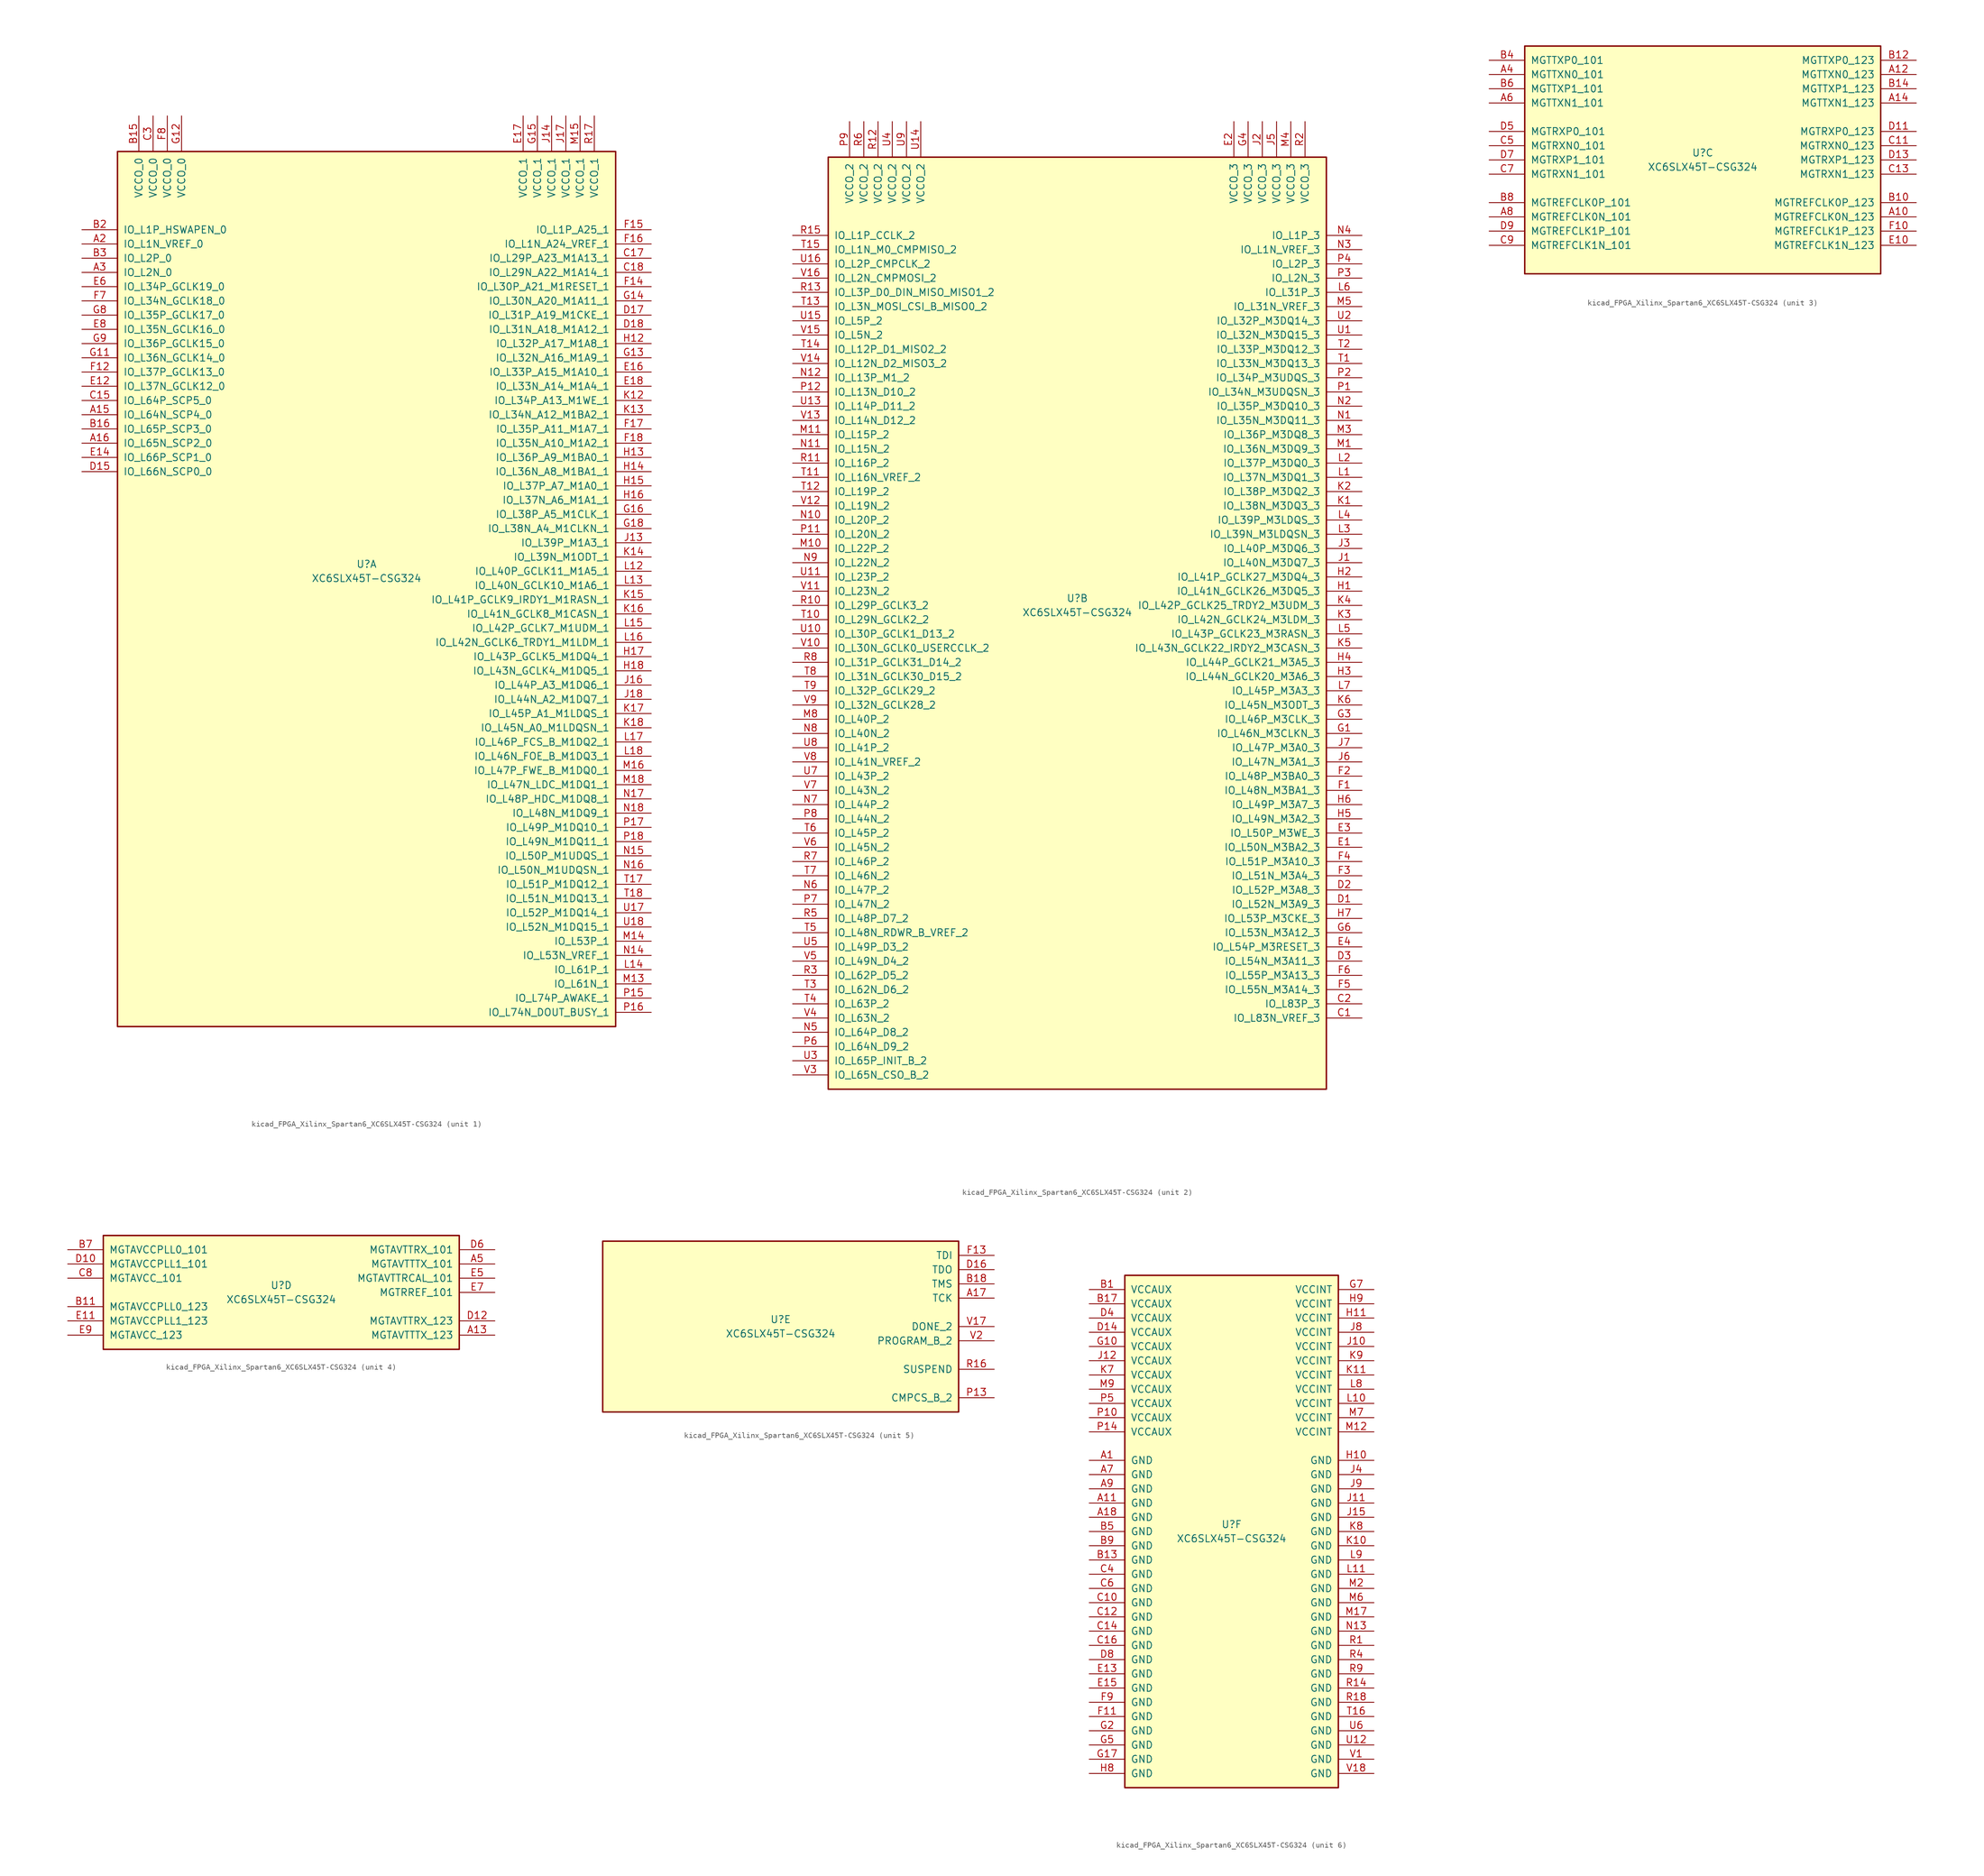
<source format=kicad_sym>
(kicad_symbol_lib
  (version 20220914)
  (generator kicad_symbol_editor)
  (symbol "kicad_FPGA_Xilinx_Spartan6_XC6SLX45T-CSG324"
    (pin_names
      (offset 1.016))
    (property "Reference" "U"
      (at 0 1.27 0)
      (effects (font (size 1.27 1.27))))
    (property "Value" "XC6SLX45T-CSG324"
      (at 0 -1.27 0)
      (effects (font (size 1.27 1.27))))
    (property "Datasheet" ""
      (at 0 0 0)
      (effects (font (size 1.27 1.27))))
    (property "ki_locked" ""
      (at 0 0 0)
      (effects (font (size 1.27 1.27))))
    (symbol "kicad_FPGA_Xilinx_Spartan6_XC6SLX45T-CSG324_1_1"
      (rectangle (start -44.45 74.93) (end 44.45 -81.28) (stroke (width 0.254) (type default)) (fill (type background)))
      (pin bidirectional line (at -50.8 27.94 0) (length 6.35) (name "IO_L64N_SCP4_0" (effects (font (size 1.27 1.27)))) (number "A15" (effects (font (size 1.27 1.27)))))
      (pin bidirectional line (at -50.8 22.86 0) (length 6.35) (name "IO_L65N_SCP2_0" (effects (font (size 1.27 1.27)))) (number "A16" (effects (font (size 1.27 1.27)))))
      (pin bidirectional line (at -50.8 58.42 0) (length 6.35) (name "IO_L1N_VREF_0" (effects (font (size 1.27 1.27)))) (number "A2" (effects (font (size 1.27 1.27)))))
      (pin bidirectional line (at -50.8 53.34 0) (length 6.35) (name "IO_L2N_0" (effects (font (size 1.27 1.27)))) (number "A3" (effects (font (size 1.27 1.27)))))
      (pin power_in line (at -40.64 81.28 270) (length 6.35) (name "VCCO_0" (effects (font (size 1.27 1.27)))) (number "B15" (effects (font (size 1.27 1.27)))))
      (pin bidirectional line (at -50.8 25.4 0) (length 6.35) (name "IO_L65P_SCP3_0" (effects (font (size 1.27 1.27)))) (number "B16" (effects (font (size 1.27 1.27)))))
      (pin bidirectional line (at -50.8 60.96 0) (length 6.35) (name "IO_L1P_HSWAPEN_0" (effects (font (size 1.27 1.27)))) (number "B2" (effects (font (size 1.27 1.27)))))
      (pin bidirectional line (at -50.8 55.88 0) (length 6.35) (name "IO_L2P_0" (effects (font (size 1.27 1.27)))) (number "B3" (effects (font (size 1.27 1.27)))))
      (pin bidirectional line (at -50.8 30.48 0) (length 6.35) (name "IO_L64P_SCP5_0" (effects (font (size 1.27 1.27)))) (number "C15" (effects (font (size 1.27 1.27)))))
      (pin bidirectional line (at 50.8 55.88 180) (length 6.35) (name "IO_L29P_A23_M1A13_1" (effects (font (size 1.27 1.27)))) (number "C17" (effects (font (size 1.27 1.27)))))
      (pin bidirectional line (at 50.8 53.34 180) (length 6.35) (name "IO_L29N_A22_M1A14_1" (effects (font (size 1.27 1.27)))) (number "C18" (effects (font (size 1.27 1.27)))))
      (pin power_in line (at -38.1 81.28 270) (length 6.35) (name "VCCO_0" (effects (font (size 1.27 1.27)))) (number "C3" (effects (font (size 1.27 1.27)))))
      (pin bidirectional line (at -50.8 17.78 0) (length 6.35) (name "IO_L66N_SCP0_0" (effects (font (size 1.27 1.27)))) (number "D15" (effects (font (size 1.27 1.27)))))
      (pin bidirectional line (at 50.8 45.72 180) (length 6.35) (name "IO_L31P_A19_M1CKE_1" (effects (font (size 1.27 1.27)))) (number "D17" (effects (font (size 1.27 1.27)))))
      (pin bidirectional line (at 50.8 43.18 180) (length 6.35) (name "IO_L31N_A18_M1A12_1" (effects (font (size 1.27 1.27)))) (number "D18" (effects (font (size 1.27 1.27)))))
      (pin bidirectional line (at -50.8 33.02 0) (length 6.35) (name "IO_L37N_GCLK12_0" (effects (font (size 1.27 1.27)))) (number "E12" (effects (font (size 1.27 1.27)))))
      (pin bidirectional line (at -50.8 20.32 0) (length 6.35) (name "IO_L66P_SCP1_0" (effects (font (size 1.27 1.27)))) (number "E14" (effects (font (size 1.27 1.27)))))
      (pin bidirectional line (at 50.8 35.56 180) (length 6.35) (name "IO_L33P_A15_M1A10_1" (effects (font (size 1.27 1.27)))) (number "E16" (effects (font (size 1.27 1.27)))))
      (pin power_in line (at 27.94 81.28 270) (length 6.35) (name "VCCO_1" (effects (font (size 1.27 1.27)))) (number "E17" (effects (font (size 1.27 1.27)))))
      (pin bidirectional line (at 50.8 33.02 180) (length 6.35) (name "IO_L33N_A14_M1A4_1" (effects (font (size 1.27 1.27)))) (number "E18" (effects (font (size 1.27 1.27)))))
      (pin bidirectional line (at -50.8 50.8 0) (length 6.35) (name "IO_L34P_GCLK19_0" (effects (font (size 1.27 1.27)))) (number "E6" (effects (font (size 1.27 1.27)))))
      (pin bidirectional line (at -50.8 43.18 0) (length 6.35) (name "IO_L35N_GCLK16_0" (effects (font (size 1.27 1.27)))) (number "E8" (effects (font (size 1.27 1.27)))))
      (pin bidirectional line (at -50.8 35.56 0) (length 6.35) (name "IO_L37P_GCLK13_0" (effects (font (size 1.27 1.27)))) (number "F12" (effects (font (size 1.27 1.27)))))
      (pin bidirectional line (at 50.8 50.8 180) (length 6.35) (name "IO_L30P_A21_M1RESET_1" (effects (font (size 1.27 1.27)))) (number "F14" (effects (font (size 1.27 1.27)))))
      (pin bidirectional line (at 50.8 60.96 180) (length 6.35) (name "IO_L1P_A25_1" (effects (font (size 1.27 1.27)))) (number "F15" (effects (font (size 1.27 1.27)))))
      (pin bidirectional line (at 50.8 58.42 180) (length 6.35) (name "IO_L1N_A24_VREF_1" (effects (font (size 1.27 1.27)))) (number "F16" (effects (font (size 1.27 1.27)))))
      (pin bidirectional line (at 50.8 25.4 180) (length 6.35) (name "IO_L35P_A11_M1A7_1" (effects (font (size 1.27 1.27)))) (number "F17" (effects (font (size 1.27 1.27)))))
      (pin bidirectional line (at 50.8 22.86 180) (length 6.35) (name "IO_L35N_A10_M1A2_1" (effects (font (size 1.27 1.27)))) (number "F18" (effects (font (size 1.27 1.27)))))
      (pin bidirectional line (at -50.8 48.26 0) (length 6.35) (name "IO_L34N_GCLK18_0" (effects (font (size 1.27 1.27)))) (number "F7" (effects (font (size 1.27 1.27)))))
      (pin power_in line (at -35.56 81.28 270) (length 6.35) (name "VCCO_0" (effects (font (size 1.27 1.27)))) (number "F8" (effects (font (size 1.27 1.27)))))
      (pin bidirectional line (at -50.8 38.1 0) (length 6.35) (name "IO_L36N_GCLK14_0" (effects (font (size 1.27 1.27)))) (number "G11" (effects (font (size 1.27 1.27)))))
      (pin power_in line (at -33.02 81.28 270) (length 6.35) (name "VCCO_0" (effects (font (size 1.27 1.27)))) (number "G12" (effects (font (size 1.27 1.27)))))
      (pin bidirectional line (at 50.8 38.1 180) (length 6.35) (name "IO_L32N_A16_M1A9_1" (effects (font (size 1.27 1.27)))) (number "G13" (effects (font (size 1.27 1.27)))))
      (pin bidirectional line (at 50.8 48.26 180) (length 6.35) (name "IO_L30N_A20_M1A11_1" (effects (font (size 1.27 1.27)))) (number "G14" (effects (font (size 1.27 1.27)))))
      (pin power_in line (at 30.48 81.28 270) (length 6.35) (name "VCCO_1" (effects (font (size 1.27 1.27)))) (number "G15" (effects (font (size 1.27 1.27)))))
      (pin bidirectional line (at 50.8 10.16 180) (length 6.35) (name "IO_L38P_A5_M1CLK_1" (effects (font (size 1.27 1.27)))) (number "G16" (effects (font (size 1.27 1.27)))))
      (pin bidirectional line (at 50.8 7.62 180) (length 6.35) (name "IO_L38N_A4_M1CLKN_1" (effects (font (size 1.27 1.27)))) (number "G18" (effects (font (size 1.27 1.27)))))
      (pin bidirectional line (at -50.8 45.72 0) (length 6.35) (name "IO_L35P_GCLK17_0" (effects (font (size 1.27 1.27)))) (number "G8" (effects (font (size 1.27 1.27)))))
      (pin bidirectional line (at -50.8 40.64 0) (length 6.35) (name "IO_L36P_GCLK15_0" (effects (font (size 1.27 1.27)))) (number "G9" (effects (font (size 1.27 1.27)))))
      (pin bidirectional line (at 50.8 40.64 180) (length 6.35) (name "IO_L32P_A17_M1A8_1" (effects (font (size 1.27 1.27)))) (number "H12" (effects (font (size 1.27 1.27)))))
      (pin bidirectional line (at 50.8 20.32 180) (length 6.35) (name "IO_L36P_A9_M1BA0_1" (effects (font (size 1.27 1.27)))) (number "H13" (effects (font (size 1.27 1.27)))))
      (pin bidirectional line (at 50.8 17.78 180) (length 6.35) (name "IO_L36N_A8_M1BA1_1" (effects (font (size 1.27 1.27)))) (number "H14" (effects (font (size 1.27 1.27)))))
      (pin bidirectional line (at 50.8 15.24 180) (length 6.35) (name "IO_L37P_A7_M1A0_1" (effects (font (size 1.27 1.27)))) (number "H15" (effects (font (size 1.27 1.27)))))
      (pin bidirectional line (at 50.8 12.7 180) (length 6.35) (name "IO_L37N_A6_M1A1_1" (effects (font (size 1.27 1.27)))) (number "H16" (effects (font (size 1.27 1.27)))))
      (pin bidirectional line (at 50.8 -15.24 180) (length 6.35) (name "IO_L43P_GCLK5_M1DQ4_1" (effects (font (size 1.27 1.27)))) (number "H17" (effects (font (size 1.27 1.27)))))
      (pin bidirectional line (at 50.8 -17.78 180) (length 6.35) (name "IO_L43N_GCLK4_M1DQ5_1" (effects (font (size 1.27 1.27)))) (number "H18" (effects (font (size 1.27 1.27)))))
      (pin bidirectional line (at 50.8 5.08 180) (length 6.35) (name "IO_L39P_M1A3_1" (effects (font (size 1.27 1.27)))) (number "J13" (effects (font (size 1.27 1.27)))))
      (pin power_in line (at 33.02 81.28 270) (length 6.35) (name "VCCO_1" (effects (font (size 1.27 1.27)))) (number "J14" (effects (font (size 1.27 1.27)))))
      (pin bidirectional line (at 50.8 -20.32 180) (length 6.35) (name "IO_L44P_A3_M1DQ6_1" (effects (font (size 1.27 1.27)))) (number "J16" (effects (font (size 1.27 1.27)))))
      (pin power_in line (at 35.56 81.28 270) (length 6.35) (name "VCCO_1" (effects (font (size 1.27 1.27)))) (number "J17" (effects (font (size 1.27 1.27)))))
      (pin bidirectional line (at 50.8 -22.86 180) (length 6.35) (name "IO_L44N_A2_M1DQ7_1" (effects (font (size 1.27 1.27)))) (number "J18" (effects (font (size 1.27 1.27)))))
      (pin bidirectional line (at 50.8 30.48 180) (length 6.35) (name "IO_L34P_A13_M1WE_1" (effects (font (size 1.27 1.27)))) (number "K12" (effects (font (size 1.27 1.27)))))
      (pin bidirectional line (at 50.8 27.94 180) (length 6.35) (name "IO_L34N_A12_M1BA2_1" (effects (font (size 1.27 1.27)))) (number "K13" (effects (font (size 1.27 1.27)))))
      (pin bidirectional line (at 50.8 2.54 180) (length 6.35) (name "IO_L39N_M1ODT_1" (effects (font (size 1.27 1.27)))) (number "K14" (effects (font (size 1.27 1.27)))))
      (pin bidirectional line (at 50.8 -5.08 180) (length 6.35) (name "IO_L41P_GCLK9_IRDY1_M1RASN_1" (effects (font (size 1.27 1.27)))) (number "K15" (effects (font (size 1.27 1.27)))))
      (pin bidirectional line (at 50.8 -7.62 180) (length 6.35) (name "IO_L41N_GCLK8_M1CASN_1" (effects (font (size 1.27 1.27)))) (number "K16" (effects (font (size 1.27 1.27)))))
      (pin bidirectional line (at 50.8 -25.4 180) (length 6.35) (name "IO_L45P_A1_M1LDQS_1" (effects (font (size 1.27 1.27)))) (number "K17" (effects (font (size 1.27 1.27)))))
      (pin bidirectional line (at 50.8 -27.94 180) (length 6.35) (name "IO_L45N_A0_M1LDQSN_1" (effects (font (size 1.27 1.27)))) (number "K18" (effects (font (size 1.27 1.27)))))
      (pin bidirectional line (at 50.8 0 180) (length 6.35) (name "IO_L40P_GCLK11_M1A5_1" (effects (font (size 1.27 1.27)))) (number "L12" (effects (font (size 1.27 1.27)))))
      (pin bidirectional line (at 50.8 -2.54 180) (length 6.35) (name "IO_L40N_GCLK10_M1A6_1" (effects (font (size 1.27 1.27)))) (number "L13" (effects (font (size 1.27 1.27)))))
      (pin bidirectional line (at 50.8 -71.12 180) (length 6.35) (name "IO_L61P_1" (effects (font (size 1.27 1.27)))) (number "L14" (effects (font (size 1.27 1.27)))))
      (pin bidirectional line (at 50.8 -10.16 180) (length 6.35) (name "IO_L42P_GCLK7_M1UDM_1" (effects (font (size 1.27 1.27)))) (number "L15" (effects (font (size 1.27 1.27)))))
      (pin bidirectional line (at 50.8 -12.7 180) (length 6.35) (name "IO_L42N_GCLK6_TRDY1_M1LDM_1" (effects (font (size 1.27 1.27)))) (number "L16" (effects (font (size 1.27 1.27)))))
      (pin bidirectional line (at 50.8 -30.48 180) (length 6.35) (name "IO_L46P_FCS_B_M1DQ2_1" (effects (font (size 1.27 1.27)))) (number "L17" (effects (font (size 1.27 1.27)))))
      (pin bidirectional line (at 50.8 -33.02 180) (length 6.35) (name "IO_L46N_FOE_B_M1DQ3_1" (effects (font (size 1.27 1.27)))) (number "L18" (effects (font (size 1.27 1.27)))))
      (pin bidirectional line (at 50.8 -73.66 180) (length 6.35) (name "IO_L61N_1" (effects (font (size 1.27 1.27)))) (number "M13" (effects (font (size 1.27 1.27)))))
      (pin bidirectional line (at 50.8 -66.04 180) (length 6.35) (name "IO_L53P_1" (effects (font (size 1.27 1.27)))) (number "M14" (effects (font (size 1.27 1.27)))))
      (pin power_in line (at 38.1 81.28 270) (length 6.35) (name "VCCO_1" (effects (font (size 1.27 1.27)))) (number "M15" (effects (font (size 1.27 1.27)))))
      (pin bidirectional line (at 50.8 -35.56 180) (length 6.35) (name "IO_L47P_FWE_B_M1DQ0_1" (effects (font (size 1.27 1.27)))) (number "M16" (effects (font (size 1.27 1.27)))))
      (pin bidirectional line (at 50.8 -38.1 180) (length 6.35) (name "IO_L47N_LDC_M1DQ1_1" (effects (font (size 1.27 1.27)))) (number "M18" (effects (font (size 1.27 1.27)))))
      (pin bidirectional line (at 50.8 -68.58 180) (length 6.35) (name "IO_L53N_VREF_1" (effects (font (size 1.27 1.27)))) (number "N14" (effects (font (size 1.27 1.27)))))
      (pin bidirectional line (at 50.8 -50.8 180) (length 6.35) (name "IO_L50P_M1UDQS_1" (effects (font (size 1.27 1.27)))) (number "N15" (effects (font (size 1.27 1.27)))))
      (pin bidirectional line (at 50.8 -53.34 180) (length 6.35) (name "IO_L50N_M1UDQSN_1" (effects (font (size 1.27 1.27)))) (number "N16" (effects (font (size 1.27 1.27)))))
      (pin bidirectional line (at 50.8 -40.64 180) (length 6.35) (name "IO_L48P_HDC_M1DQ8_1" (effects (font (size 1.27 1.27)))) (number "N17" (effects (font (size 1.27 1.27)))))
      (pin bidirectional line (at 50.8 -43.18 180) (length 6.35) (name "IO_L48N_M1DQ9_1" (effects (font (size 1.27 1.27)))) (number "N18" (effects (font (size 1.27 1.27)))))
      (pin bidirectional line (at 50.8 -76.2 180) (length 6.35) (name "IO_L74P_AWAKE_1" (effects (font (size 1.27 1.27)))) (number "P15" (effects (font (size 1.27 1.27)))))
      (pin bidirectional line (at 50.8 -78.74 180) (length 6.35) (name "IO_L74N_DOUT_BUSY_1" (effects (font (size 1.27 1.27)))) (number "P16" (effects (font (size 1.27 1.27)))))
      (pin bidirectional line (at 50.8 -45.72 180) (length 6.35) (name "IO_L49P_M1DQ10_1" (effects (font (size 1.27 1.27)))) (number "P17" (effects (font (size 1.27 1.27)))))
      (pin bidirectional line (at 50.8 -48.26 180) (length 6.35) (name "IO_L49N_M1DQ11_1" (effects (font (size 1.27 1.27)))) (number "P18" (effects (font (size 1.27 1.27)))))
      (pin power_in line (at 40.64 81.28 270) (length 6.35) (name "VCCO_1" (effects (font (size 1.27 1.27)))) (number "R17" (effects (font (size 1.27 1.27)))))
      (pin bidirectional line (at 50.8 -55.88 180) (length 6.35) (name "IO_L51P_M1DQ12_1" (effects (font (size 1.27 1.27)))) (number "T17" (effects (font (size 1.27 1.27)))))
      (pin bidirectional line (at 50.8 -58.42 180) (length 6.35) (name "IO_L51N_M1DQ13_1" (effects (font (size 1.27 1.27)))) (number "T18" (effects (font (size 1.27 1.27)))))
      (pin bidirectional line (at 50.8 -60.96 180) (length 6.35) (name "IO_L52P_M1DQ14_1" (effects (font (size 1.27 1.27)))) (number "U17" (effects (font (size 1.27 1.27)))))
      (pin bidirectional line (at 50.8 -63.5 180) (length 6.35) (name "IO_L52N_M1DQ15_1" (effects (font (size 1.27 1.27)))) (number "U18" (effects (font (size 1.27 1.27))))))
    (symbol "kicad_FPGA_Xilinx_Spartan6_XC6SLX45T-CSG324_2_1"
      (rectangle (start -44.45 80.01) (end 44.45 -86.36) (stroke (width 0.254) (type default)) (fill (type background)))
      (pin bidirectional line (at 50.8 -73.66 180) (length 6.35) (name "IO_L83N_VREF_3" (effects (font (size 1.27 1.27)))) (number "C1" (effects (font (size 1.27 1.27)))))
      (pin bidirectional line (at 50.8 -71.12 180) (length 6.35) (name "IO_L83P_3" (effects (font (size 1.27 1.27)))) (number "C2" (effects (font (size 1.27 1.27)))))
      (pin bidirectional line (at 50.8 -53.34 180) (length 6.35) (name "IO_L52N_M3A9_3" (effects (font (size 1.27 1.27)))) (number "D1" (effects (font (size 1.27 1.27)))))
      (pin bidirectional line (at 50.8 -50.8 180) (length 6.35) (name "IO_L52P_M3A8_3" (effects (font (size 1.27 1.27)))) (number "D2" (effects (font (size 1.27 1.27)))))
      (pin bidirectional line (at 50.8 -63.5 180) (length 6.35) (name "IO_L54N_M3A11_3" (effects (font (size 1.27 1.27)))) (number "D3" (effects (font (size 1.27 1.27)))))
      (pin bidirectional line (at 50.8 -43.18 180) (length 6.35) (name "IO_L50N_M3BA2_3" (effects (font (size 1.27 1.27)))) (number "E1" (effects (font (size 1.27 1.27)))))
      (pin power_in line (at 27.94 86.36 270) (length 6.35) (name "VCCO_3" (effects (font (size 1.27 1.27)))) (number "E2" (effects (font (size 1.27 1.27)))))
      (pin bidirectional line (at 50.8 -40.64 180) (length 6.35) (name "IO_L50P_M3WE_3" (effects (font (size 1.27 1.27)))) (number "E3" (effects (font (size 1.27 1.27)))))
      (pin bidirectional line (at 50.8 -60.96 180) (length 6.35) (name "IO_L54P_M3RESET_3" (effects (font (size 1.27 1.27)))) (number "E4" (effects (font (size 1.27 1.27)))))
      (pin bidirectional line (at 50.8 -33.02 180) (length 6.35) (name "IO_L48N_M3BA1_3" (effects (font (size 1.27 1.27)))) (number "F1" (effects (font (size 1.27 1.27)))))
      (pin bidirectional line (at 50.8 -30.48 180) (length 6.35) (name "IO_L48P_M3BA0_3" (effects (font (size 1.27 1.27)))) (number "F2" (effects (font (size 1.27 1.27)))))
      (pin bidirectional line (at 50.8 -48.26 180) (length 6.35) (name "IO_L51N_M3A4_3" (effects (font (size 1.27 1.27)))) (number "F3" (effects (font (size 1.27 1.27)))))
      (pin bidirectional line (at 50.8 -45.72 180) (length 6.35) (name "IO_L51P_M3A10_3" (effects (font (size 1.27 1.27)))) (number "F4" (effects (font (size 1.27 1.27)))))
      (pin bidirectional line (at 50.8 -68.58 180) (length 6.35) (name "IO_L55N_M3A14_3" (effects (font (size 1.27 1.27)))) (number "F5" (effects (font (size 1.27 1.27)))))
      (pin bidirectional line (at 50.8 -66.04 180) (length 6.35) (name "IO_L55P_M3A13_3" (effects (font (size 1.27 1.27)))) (number "F6" (effects (font (size 1.27 1.27)))))
      (pin bidirectional line (at 50.8 -22.86 180) (length 6.35) (name "IO_L46N_M3CLKN_3" (effects (font (size 1.27 1.27)))) (number "G1" (effects (font (size 1.27 1.27)))))
      (pin bidirectional line (at 50.8 -20.32 180) (length 6.35) (name "IO_L46P_M3CLK_3" (effects (font (size 1.27 1.27)))) (number "G3" (effects (font (size 1.27 1.27)))))
      (pin power_in line (at 30.48 86.36 270) (length 6.35) (name "VCCO_3" (effects (font (size 1.27 1.27)))) (number "G4" (effects (font (size 1.27 1.27)))))
      (pin bidirectional line (at 50.8 -58.42 180) (length 6.35) (name "IO_L53N_M3A12_3" (effects (font (size 1.27 1.27)))) (number "G6" (effects (font (size 1.27 1.27)))))
      (pin bidirectional line (at 50.8 2.54 180) (length 6.35) (name "IO_L41N_GCLK26_M3DQ5_3" (effects (font (size 1.27 1.27)))) (number "H1" (effects (font (size 1.27 1.27)))))
      (pin bidirectional line (at 50.8 5.08 180) (length 6.35) (name "IO_L41P_GCLK27_M3DQ4_3" (effects (font (size 1.27 1.27)))) (number "H2" (effects (font (size 1.27 1.27)))))
      (pin bidirectional line (at 50.8 -12.7 180) (length 6.35) (name "IO_L44N_GCLK20_M3A6_3" (effects (font (size 1.27 1.27)))) (number "H3" (effects (font (size 1.27 1.27)))))
      (pin bidirectional line (at 50.8 -10.16 180) (length 6.35) (name "IO_L44P_GCLK21_M3A5_3" (effects (font (size 1.27 1.27)))) (number "H4" (effects (font (size 1.27 1.27)))))
      (pin bidirectional line (at 50.8 -38.1 180) (length 6.35) (name "IO_L49N_M3A2_3" (effects (font (size 1.27 1.27)))) (number "H5" (effects (font (size 1.27 1.27)))))
      (pin bidirectional line (at 50.8 -35.56 180) (length 6.35) (name "IO_L49P_M3A7_3" (effects (font (size 1.27 1.27)))) (number "H6" (effects (font (size 1.27 1.27)))))
      (pin bidirectional line (at 50.8 -55.88 180) (length 6.35) (name "IO_L53P_M3CKE_3" (effects (font (size 1.27 1.27)))) (number "H7" (effects (font (size 1.27 1.27)))))
      (pin bidirectional line (at 50.8 7.62 180) (length 6.35) (name "IO_L40N_M3DQ7_3" (effects (font (size 1.27 1.27)))) (number "J1" (effects (font (size 1.27 1.27)))))
      (pin power_in line (at 33.02 86.36 270) (length 6.35) (name "VCCO_3" (effects (font (size 1.27 1.27)))) (number "J2" (effects (font (size 1.27 1.27)))))
      (pin bidirectional line (at 50.8 10.16 180) (length 6.35) (name "IO_L40P_M3DQ6_3" (effects (font (size 1.27 1.27)))) (number "J3" (effects (font (size 1.27 1.27)))))
      (pin power_in line (at 35.56 86.36 270) (length 6.35) (name "VCCO_3" (effects (font (size 1.27 1.27)))) (number "J5" (effects (font (size 1.27 1.27)))))
      (pin bidirectional line (at 50.8 -27.94 180) (length 6.35) (name "IO_L47N_M3A1_3" (effects (font (size 1.27 1.27)))) (number "J6" (effects (font (size 1.27 1.27)))))
      (pin bidirectional line (at 50.8 -25.4 180) (length 6.35) (name "IO_L47P_M3A0_3" (effects (font (size 1.27 1.27)))) (number "J7" (effects (font (size 1.27 1.27)))))
      (pin bidirectional line (at 50.8 17.78 180) (length 6.35) (name "IO_L38N_M3DQ3_3" (effects (font (size 1.27 1.27)))) (number "K1" (effects (font (size 1.27 1.27)))))
      (pin bidirectional line (at 50.8 20.32 180) (length 6.35) (name "IO_L38P_M3DQ2_3" (effects (font (size 1.27 1.27)))) (number "K2" (effects (font (size 1.27 1.27)))))
      (pin bidirectional line (at 50.8 -2.54 180) (length 6.35) (name "IO_L42N_GCLK24_M3LDM_3" (effects (font (size 1.27 1.27)))) (number "K3" (effects (font (size 1.27 1.27)))))
      (pin bidirectional line (at 50.8 0 180) (length 6.35) (name "IO_L42P_GCLK25_TRDY2_M3UDM_3" (effects (font (size 1.27 1.27)))) (number "K4" (effects (font (size 1.27 1.27)))))
      (pin bidirectional line (at 50.8 -7.62 180) (length 6.35) (name "IO_L43N_GCLK22_IRDY2_M3CASN_3" (effects (font (size 1.27 1.27)))) (number "K5" (effects (font (size 1.27 1.27)))))
      (pin bidirectional line (at 50.8 -17.78 180) (length 6.35) (name "IO_L45N_M3ODT_3" (effects (font (size 1.27 1.27)))) (number "K6" (effects (font (size 1.27 1.27)))))
      (pin bidirectional line (at 50.8 22.86 180) (length 6.35) (name "IO_L37N_M3DQ1_3" (effects (font (size 1.27 1.27)))) (number "L1" (effects (font (size 1.27 1.27)))))
      (pin bidirectional line (at 50.8 25.4 180) (length 6.35) (name "IO_L37P_M3DQ0_3" (effects (font (size 1.27 1.27)))) (number "L2" (effects (font (size 1.27 1.27)))))
      (pin bidirectional line (at 50.8 12.7 180) (length 6.35) (name "IO_L39N_M3LDQSN_3" (effects (font (size 1.27 1.27)))) (number "L3" (effects (font (size 1.27 1.27)))))
      (pin bidirectional line (at 50.8 15.24 180) (length 6.35) (name "IO_L39P_M3LDQS_3" (effects (font (size 1.27 1.27)))) (number "L4" (effects (font (size 1.27 1.27)))))
      (pin bidirectional line (at 50.8 -5.08 180) (length 6.35) (name "IO_L43P_GCLK23_M3RASN_3" (effects (font (size 1.27 1.27)))) (number "L5" (effects (font (size 1.27 1.27)))))
      (pin bidirectional line (at 50.8 55.88 180) (length 6.35) (name "IO_L31P_3" (effects (font (size 1.27 1.27)))) (number "L6" (effects (font (size 1.27 1.27)))))
      (pin bidirectional line (at 50.8 -15.24 180) (length 6.35) (name "IO_L45P_M3A3_3" (effects (font (size 1.27 1.27)))) (number "L7" (effects (font (size 1.27 1.27)))))
      (pin bidirectional line (at 50.8 27.94 180) (length 6.35) (name "IO_L36N_M3DQ9_3" (effects (font (size 1.27 1.27)))) (number "M1" (effects (font (size 1.27 1.27)))))
      (pin bidirectional line (at -50.8 10.16 0) (length 6.35) (name "IO_L22P_2" (effects (font (size 1.27 1.27)))) (number "M10" (effects (font (size 1.27 1.27)))))
      (pin bidirectional line (at -50.8 30.48 0) (length 6.35) (name "IO_L15P_2" (effects (font (size 1.27 1.27)))) (number "M11" (effects (font (size 1.27 1.27)))))
      (pin bidirectional line (at 50.8 30.48 180) (length 6.35) (name "IO_L36P_M3DQ8_3" (effects (font (size 1.27 1.27)))) (number "M3" (effects (font (size 1.27 1.27)))))
      (pin power_in line (at 38.1 86.36 270) (length 6.35) (name "VCCO_3" (effects (font (size 1.27 1.27)))) (number "M4" (effects (font (size 1.27 1.27)))))
      (pin bidirectional line (at 50.8 53.34 180) (length 6.35) (name "IO_L31N_VREF_3" (effects (font (size 1.27 1.27)))) (number "M5" (effects (font (size 1.27 1.27)))))
      (pin bidirectional line (at -50.8 -20.32 0) (length 6.35) (name "IO_L40P_2" (effects (font (size 1.27 1.27)))) (number "M8" (effects (font (size 1.27 1.27)))))
      (pin bidirectional line (at 50.8 33.02 180) (length 6.35) (name "IO_L35N_M3DQ11_3" (effects (font (size 1.27 1.27)))) (number "N1" (effects (font (size 1.27 1.27)))))
      (pin bidirectional line (at -50.8 15.24 0) (length 6.35) (name "IO_L20P_2" (effects (font (size 1.27 1.27)))) (number "N10" (effects (font (size 1.27 1.27)))))
      (pin bidirectional line (at -50.8 27.94 0) (length 6.35) (name "IO_L15N_2" (effects (font (size 1.27 1.27)))) (number "N11" (effects (font (size 1.27 1.27)))))
      (pin bidirectional line (at -50.8 40.64 0) (length 6.35) (name "IO_L13P_M1_2" (effects (font (size 1.27 1.27)))) (number "N12" (effects (font (size 1.27 1.27)))))
      (pin bidirectional line (at 50.8 35.56 180) (length 6.35) (name "IO_L35P_M3DQ10_3" (effects (font (size 1.27 1.27)))) (number "N2" (effects (font (size 1.27 1.27)))))
      (pin bidirectional line (at 50.8 63.5 180) (length 6.35) (name "IO_L1N_VREF_3" (effects (font (size 1.27 1.27)))) (number "N3" (effects (font (size 1.27 1.27)))))
      (pin bidirectional line (at 50.8 66.04 180) (length 6.35) (name "IO_L1P_3" (effects (font (size 1.27 1.27)))) (number "N4" (effects (font (size 1.27 1.27)))))
      (pin bidirectional line (at -50.8 -76.2 0) (length 6.35) (name "IO_L64P_D8_2" (effects (font (size 1.27 1.27)))) (number "N5" (effects (font (size 1.27 1.27)))))
      (pin bidirectional line (at -50.8 -50.8 0) (length 6.35) (name "IO_L47P_2" (effects (font (size 1.27 1.27)))) (number "N6" (effects (font (size 1.27 1.27)))))
      (pin bidirectional line (at -50.8 -35.56 0) (length 6.35) (name "IO_L44P_2" (effects (font (size 1.27 1.27)))) (number "N7" (effects (font (size 1.27 1.27)))))
      (pin bidirectional line (at -50.8 -22.86 0) (length 6.35) (name "IO_L40N_2" (effects (font (size 1.27 1.27)))) (number "N8" (effects (font (size 1.27 1.27)))))
      (pin bidirectional line (at -50.8 7.62 0) (length 6.35) (name "IO_L22N_2" (effects (font (size 1.27 1.27)))) (number "N9" (effects (font (size 1.27 1.27)))))
      (pin bidirectional line (at 50.8 38.1 180) (length 6.35) (name "IO_L34N_M3UDQSN_3" (effects (font (size 1.27 1.27)))) (number "P1" (effects (font (size 1.27 1.27)))))
      (pin bidirectional line (at -50.8 12.7 0) (length 6.35) (name "IO_L20N_2" (effects (font (size 1.27 1.27)))) (number "P11" (effects (font (size 1.27 1.27)))))
      (pin bidirectional line (at -50.8 38.1 0) (length 6.35) (name "IO_L13N_D10_2" (effects (font (size 1.27 1.27)))) (number "P12" (effects (font (size 1.27 1.27)))))
      (pin bidirectional line (at 50.8 40.64 180) (length 6.35) (name "IO_L34P_M3UDQS_3" (effects (font (size 1.27 1.27)))) (number "P2" (effects (font (size 1.27 1.27)))))
      (pin bidirectional line (at 50.8 58.42 180) (length 6.35) (name "IO_L2N_3" (effects (font (size 1.27 1.27)))) (number "P3" (effects (font (size 1.27 1.27)))))
      (pin bidirectional line (at 50.8 60.96 180) (length 6.35) (name "IO_L2P_3" (effects (font (size 1.27 1.27)))) (number "P4" (effects (font (size 1.27 1.27)))))
      (pin bidirectional line (at -50.8 -78.74 0) (length 6.35) (name "IO_L64N_D9_2" (effects (font (size 1.27 1.27)))) (number "P6" (effects (font (size 1.27 1.27)))))
      (pin bidirectional line (at -50.8 -53.34 0) (length 6.35) (name "IO_L47N_2" (effects (font (size 1.27 1.27)))) (number "P7" (effects (font (size 1.27 1.27)))))
      (pin bidirectional line (at -50.8 -38.1 0) (length 6.35) (name "IO_L44N_2" (effects (font (size 1.27 1.27)))) (number "P8" (effects (font (size 1.27 1.27)))))
      (pin power_in line (at -40.64 86.36 270) (length 6.35) (name "VCCO_2" (effects (font (size 1.27 1.27)))) (number "P9" (effects (font (size 1.27 1.27)))))
      (pin bidirectional line (at -50.8 0 0) (length 6.35) (name "IO_L29P_GCLK3_2" (effects (font (size 1.27 1.27)))) (number "R10" (effects (font (size 1.27 1.27)))))
      (pin bidirectional line (at -50.8 25.4 0) (length 6.35) (name "IO_L16P_2" (effects (font (size 1.27 1.27)))) (number "R11" (effects (font (size 1.27 1.27)))))
      (pin power_in line (at -35.56 86.36 270) (length 6.35) (name "VCCO_2" (effects (font (size 1.27 1.27)))) (number "R12" (effects (font (size 1.27 1.27)))))
      (pin bidirectional line (at -50.8 55.88 0) (length 6.35) (name "IO_L3P_D0_DIN_MISO_MISO1_2" (effects (font (size 1.27 1.27)))) (number "R13" (effects (font (size 1.27 1.27)))))
      (pin bidirectional line (at -50.8 66.04 0) (length 6.35) (name "IO_L1P_CCLK_2" (effects (font (size 1.27 1.27)))) (number "R15" (effects (font (size 1.27 1.27)))))
      (pin power_in line (at 40.64 86.36 270) (length 6.35) (name "VCCO_3" (effects (font (size 1.27 1.27)))) (number "R2" (effects (font (size 1.27 1.27)))))
      (pin bidirectional line (at -50.8 -66.04 0) (length 6.35) (name "IO_L62P_D5_2" (effects (font (size 1.27 1.27)))) (number "R3" (effects (font (size 1.27 1.27)))))
      (pin bidirectional line (at -50.8 -55.88 0) (length 6.35) (name "IO_L48P_D7_2" (effects (font (size 1.27 1.27)))) (number "R5" (effects (font (size 1.27 1.27)))))
      (pin power_in line (at -38.1 86.36 270) (length 6.35) (name "VCCO_2" (effects (font (size 1.27 1.27)))) (number "R6" (effects (font (size 1.27 1.27)))))
      (pin bidirectional line (at -50.8 -45.72 0) (length 6.35) (name "IO_L46P_2" (effects (font (size 1.27 1.27)))) (number "R7" (effects (font (size 1.27 1.27)))))
      (pin bidirectional line (at -50.8 -10.16 0) (length 6.35) (name "IO_L31P_GCLK31_D14_2" (effects (font (size 1.27 1.27)))) (number "R8" (effects (font (size 1.27 1.27)))))
      (pin bidirectional line (at 50.8 43.18 180) (length 6.35) (name "IO_L33N_M3DQ13_3" (effects (font (size 1.27 1.27)))) (number "T1" (effects (font (size 1.27 1.27)))))
      (pin bidirectional line (at -50.8 -2.54 0) (length 6.35) (name "IO_L29N_GCLK2_2" (effects (font (size 1.27 1.27)))) (number "T10" (effects (font (size 1.27 1.27)))))
      (pin bidirectional line (at -50.8 22.86 0) (length 6.35) (name "IO_L16N_VREF_2" (effects (font (size 1.27 1.27)))) (number "T11" (effects (font (size 1.27 1.27)))))
      (pin bidirectional line (at -50.8 20.32 0) (length 6.35) (name "IO_L19P_2" (effects (font (size 1.27 1.27)))) (number "T12" (effects (font (size 1.27 1.27)))))
      (pin bidirectional line (at -50.8 53.34 0) (length 6.35) (name "IO_L3N_MOSI_CSI_B_MISO0_2" (effects (font (size 1.27 1.27)))) (number "T13" (effects (font (size 1.27 1.27)))))
      (pin bidirectional line (at -50.8 45.72 0) (length 6.35) (name "IO_L12P_D1_MISO2_2" (effects (font (size 1.27 1.27)))) (number "T14" (effects (font (size 1.27 1.27)))))
      (pin bidirectional line (at -50.8 63.5 0) (length 6.35) (name "IO_L1N_M0_CMPMISO_2" (effects (font (size 1.27 1.27)))) (number "T15" (effects (font (size 1.27 1.27)))))
      (pin bidirectional line (at 50.8 45.72 180) (length 6.35) (name "IO_L33P_M3DQ12_3" (effects (font (size 1.27 1.27)))) (number "T2" (effects (font (size 1.27 1.27)))))
      (pin bidirectional line (at -50.8 -68.58 0) (length 6.35) (name "IO_L62N_D6_2" (effects (font (size 1.27 1.27)))) (number "T3" (effects (font (size 1.27 1.27)))))
      (pin bidirectional line (at -50.8 -71.12 0) (length 6.35) (name "IO_L63P_2" (effects (font (size 1.27 1.27)))) (number "T4" (effects (font (size 1.27 1.27)))))
      (pin bidirectional line (at -50.8 -58.42 0) (length 6.35) (name "IO_L48N_RDWR_B_VREF_2" (effects (font (size 1.27 1.27)))) (number "T5" (effects (font (size 1.27 1.27)))))
      (pin bidirectional line (at -50.8 -40.64 0) (length 6.35) (name "IO_L45P_2" (effects (font (size 1.27 1.27)))) (number "T6" (effects (font (size 1.27 1.27)))))
      (pin bidirectional line (at -50.8 -48.26 0) (length 6.35) (name "IO_L46N_2" (effects (font (size 1.27 1.27)))) (number "T7" (effects (font (size 1.27 1.27)))))
      (pin bidirectional line (at -50.8 -12.7 0) (length 6.35) (name "IO_L31N_GCLK30_D15_2" (effects (font (size 1.27 1.27)))) (number "T8" (effects (font (size 1.27 1.27)))))
      (pin bidirectional line (at -50.8 -15.24 0) (length 6.35) (name "IO_L32P_GCLK29_2" (effects (font (size 1.27 1.27)))) (number "T9" (effects (font (size 1.27 1.27)))))
      (pin bidirectional line (at 50.8 48.26 180) (length 6.35) (name "IO_L32N_M3DQ15_3" (effects (font (size 1.27 1.27)))) (number "U1" (effects (font (size 1.27 1.27)))))
      (pin bidirectional line (at -50.8 -5.08 0) (length 6.35) (name "IO_L30P_GCLK1_D13_2" (effects (font (size 1.27 1.27)))) (number "U10" (effects (font (size 1.27 1.27)))))
      (pin bidirectional line (at -50.8 5.08 0) (length 6.35) (name "IO_L23P_2" (effects (font (size 1.27 1.27)))) (number "U11" (effects (font (size 1.27 1.27)))))
      (pin bidirectional line (at -50.8 35.56 0) (length 6.35) (name "IO_L14P_D11_2" (effects (font (size 1.27 1.27)))) (number "U13" (effects (font (size 1.27 1.27)))))
      (pin power_in line (at -27.94 86.36 270) (length 6.35) (name "VCCO_2" (effects (font (size 1.27 1.27)))) (number "U14" (effects (font (size 1.27 1.27)))))
      (pin bidirectional line (at -50.8 50.8 0) (length 6.35) (name "IO_L5P_2" (effects (font (size 1.27 1.27)))) (number "U15" (effects (font (size 1.27 1.27)))))
      (pin bidirectional line (at -50.8 60.96 0) (length 6.35) (name "IO_L2P_CMPCLK_2" (effects (font (size 1.27 1.27)))) (number "U16" (effects (font (size 1.27 1.27)))))
      (pin bidirectional line (at 50.8 50.8 180) (length 6.35) (name "IO_L32P_M3DQ14_3" (effects (font (size 1.27 1.27)))) (number "U2" (effects (font (size 1.27 1.27)))))
      (pin bidirectional line (at -50.8 -81.28 0) (length 6.35) (name "IO_L65P_INIT_B_2" (effects (font (size 1.27 1.27)))) (number "U3" (effects (font (size 1.27 1.27)))))
      (pin power_in line (at -33.02 86.36 270) (length 6.35) (name "VCCO_2" (effects (font (size 1.27 1.27)))) (number "U4" (effects (font (size 1.27 1.27)))))
      (pin bidirectional line (at -50.8 -60.96 0) (length 6.35) (name "IO_L49P_D3_2" (effects (font (size 1.27 1.27)))) (number "U5" (effects (font (size 1.27 1.27)))))
      (pin bidirectional line (at -50.8 -30.48 0) (length 6.35) (name "IO_L43P_2" (effects (font (size 1.27 1.27)))) (number "U7" (effects (font (size 1.27 1.27)))))
      (pin bidirectional line (at -50.8 -25.4 0) (length 6.35) (name "IO_L41P_2" (effects (font (size 1.27 1.27)))) (number "U8" (effects (font (size 1.27 1.27)))))
      (pin power_in line (at -30.48 86.36 270) (length 6.35) (name "VCCO_2" (effects (font (size 1.27 1.27)))) (number "U9" (effects (font (size 1.27 1.27)))))
      (pin bidirectional line (at -50.8 -7.62 0) (length 6.35) (name "IO_L30N_GCLK0_USERCCLK_2" (effects (font (size 1.27 1.27)))) (number "V10" (effects (font (size 1.27 1.27)))))
      (pin bidirectional line (at -50.8 2.54 0) (length 6.35) (name "IO_L23N_2" (effects (font (size 1.27 1.27)))) (number "V11" (effects (font (size 1.27 1.27)))))
      (pin bidirectional line (at -50.8 17.78 0) (length 6.35) (name "IO_L19N_2" (effects (font (size 1.27 1.27)))) (number "V12" (effects (font (size 1.27 1.27)))))
      (pin bidirectional line (at -50.8 33.02 0) (length 6.35) (name "IO_L14N_D12_2" (effects (font (size 1.27 1.27)))) (number "V13" (effects (font (size 1.27 1.27)))))
      (pin bidirectional line (at -50.8 43.18 0) (length 6.35) (name "IO_L12N_D2_MISO3_2" (effects (font (size 1.27 1.27)))) (number "V14" (effects (font (size 1.27 1.27)))))
      (pin bidirectional line (at -50.8 48.26 0) (length 6.35) (name "IO_L5N_2" (effects (font (size 1.27 1.27)))) (number "V15" (effects (font (size 1.27 1.27)))))
      (pin bidirectional line (at -50.8 58.42 0) (length 6.35) (name "IO_L2N_CMPMOSI_2" (effects (font (size 1.27 1.27)))) (number "V16" (effects (font (size 1.27 1.27)))))
      (pin bidirectional line (at -50.8 -83.82 0) (length 6.35) (name "IO_L65N_CSO_B_2" (effects (font (size 1.27 1.27)))) (number "V3" (effects (font (size 1.27 1.27)))))
      (pin bidirectional line (at -50.8 -73.66 0) (length 6.35) (name "IO_L63N_2" (effects (font (size 1.27 1.27)))) (number "V4" (effects (font (size 1.27 1.27)))))
      (pin bidirectional line (at -50.8 -63.5 0) (length 6.35) (name "IO_L49N_D4_2" (effects (font (size 1.27 1.27)))) (number "V5" (effects (font (size 1.27 1.27)))))
      (pin bidirectional line (at -50.8 -43.18 0) (length 6.35) (name "IO_L45N_2" (effects (font (size 1.27 1.27)))) (number "V6" (effects (font (size 1.27 1.27)))))
      (pin bidirectional line (at -50.8 -33.02 0) (length 6.35) (name "IO_L43N_2" (effects (font (size 1.27 1.27)))) (number "V7" (effects (font (size 1.27 1.27)))))
      (pin bidirectional line (at -50.8 -27.94 0) (length 6.35) (name "IO_L41N_VREF_2" (effects (font (size 1.27 1.27)))) (number "V8" (effects (font (size 1.27 1.27)))))
      (pin bidirectional line (at -50.8 -17.78 0) (length 6.35) (name "IO_L32N_GCLK28_2" (effects (font (size 1.27 1.27)))) (number "V9" (effects (font (size 1.27 1.27))))))
    (symbol "kicad_FPGA_Xilinx_Spartan6_XC6SLX45T-CSG324_3_1"
      (rectangle (start -31.75 20.32) (end 31.75 -20.32) (stroke (width 0.254) (type default)) (fill (type background)))
      (pin bidirectional line (at 38.1 -10.16 180) (length 6.35) (name "MGTREFCLK0N_123" (effects (font (size 1.27 1.27)))) (number "A10" (effects (font (size 1.27 1.27)))))
      (pin bidirectional line (at 38.1 15.24 180) (length 6.35) (name "MGTTXN0_123" (effects (font (size 1.27 1.27)))) (number "A12" (effects (font (size 1.27 1.27)))))
      (pin bidirectional line (at 38.1 10.16 180) (length 6.35) (name "MGTTXN1_123" (effects (font (size 1.27 1.27)))) (number "A14" (effects (font (size 1.27 1.27)))))
      (pin bidirectional line (at -38.1 15.24 0) (length 6.35) (name "MGTTXN0_101" (effects (font (size 1.27 1.27)))) (number "A4" (effects (font (size 1.27 1.27)))))
      (pin bidirectional line (at -38.1 10.16 0) (length 6.35) (name "MGTTXN1_101" (effects (font (size 1.27 1.27)))) (number "A6" (effects (font (size 1.27 1.27)))))
      (pin bidirectional line (at -38.1 -10.16 0) (length 6.35) (name "MGTREFCLK0N_101" (effects (font (size 1.27 1.27)))) (number "A8" (effects (font (size 1.27 1.27)))))
      (pin bidirectional line (at 38.1 -7.62 180) (length 6.35) (name "MGTREFCLK0P_123" (effects (font (size 1.27 1.27)))) (number "B10" (effects (font (size 1.27 1.27)))))
      (pin bidirectional line (at 38.1 17.78 180) (length 6.35) (name "MGTTXP0_123" (effects (font (size 1.27 1.27)))) (number "B12" (effects (font (size 1.27 1.27)))))
      (pin bidirectional line (at 38.1 12.7 180) (length 6.35) (name "MGTTXP1_123" (effects (font (size 1.27 1.27)))) (number "B14" (effects (font (size 1.27 1.27)))))
      (pin bidirectional line (at -38.1 17.78 0) (length 6.35) (name "MGTTXP0_101" (effects (font (size 1.27 1.27)))) (number "B4" (effects (font (size 1.27 1.27)))))
      (pin bidirectional line (at -38.1 12.7 0) (length 6.35) (name "MGTTXP1_101" (effects (font (size 1.27 1.27)))) (number "B6" (effects (font (size 1.27 1.27)))))
      (pin bidirectional line (at -38.1 -7.62 0) (length 6.35) (name "MGTREFCLK0P_101" (effects (font (size 1.27 1.27)))) (number "B8" (effects (font (size 1.27 1.27)))))
      (pin bidirectional line (at 38.1 2.54 180) (length 6.35) (name "MGTRXN0_123" (effects (font (size 1.27 1.27)))) (number "C11" (effects (font (size 1.27 1.27)))))
      (pin bidirectional line (at 38.1 -2.54 180) (length 6.35) (name "MGTRXN1_123" (effects (font (size 1.27 1.27)))) (number "C13" (effects (font (size 1.27 1.27)))))
      (pin bidirectional line (at -38.1 2.54 0) (length 6.35) (name "MGTRXN0_101" (effects (font (size 1.27 1.27)))) (number "C5" (effects (font (size 1.27 1.27)))))
      (pin bidirectional line (at -38.1 -2.54 0) (length 6.35) (name "MGTRXN1_101" (effects (font (size 1.27 1.27)))) (number "C7" (effects (font (size 1.27 1.27)))))
      (pin bidirectional line (at -38.1 -15.24 0) (length 6.35) (name "MGTREFCLK1N_101" (effects (font (size 1.27 1.27)))) (number "C9" (effects (font (size 1.27 1.27)))))
      (pin bidirectional line (at 38.1 5.08 180) (length 6.35) (name "MGTRXP0_123" (effects (font (size 1.27 1.27)))) (number "D11" (effects (font (size 1.27 1.27)))))
      (pin bidirectional line (at 38.1 0 180) (length 6.35) (name "MGTRXP1_123" (effects (font (size 1.27 1.27)))) (number "D13" (effects (font (size 1.27 1.27)))))
      (pin bidirectional line (at -38.1 5.08 0) (length 6.35) (name "MGTRXP0_101" (effects (font (size 1.27 1.27)))) (number "D5" (effects (font (size 1.27 1.27)))))
      (pin bidirectional line (at -38.1 0 0) (length 6.35) (name "MGTRXP1_101" (effects (font (size 1.27 1.27)))) (number "D7" (effects (font (size 1.27 1.27)))))
      (pin bidirectional line (at -38.1 -12.7 0) (length 6.35) (name "MGTREFCLK1P_101" (effects (font (size 1.27 1.27)))) (number "D9" (effects (font (size 1.27 1.27)))))
      (pin bidirectional line (at 38.1 -15.24 180) (length 6.35) (name "MGTREFCLK1N_123" (effects (font (size 1.27 1.27)))) (number "E10" (effects (font (size 1.27 1.27)))))
      (pin bidirectional line (at 38.1 -12.7 180) (length 6.35) (name "MGTREFCLK1P_123" (effects (font (size 1.27 1.27)))) (number "F10" (effects (font (size 1.27 1.27))))))
    (symbol "kicad_FPGA_Xilinx_Spartan6_XC6SLX45T-CSG324_4_1"
      (rectangle (start -31.75 10.16) (end 31.75 -10.16) (stroke (width 0.254) (type default)) (fill (type background)))
      (pin power_in line (at 38.1 -7.62 180) (length 6.35) (name "MGTAVTTTX_123" (effects (font (size 1.27 1.27)))) (number "A13" (effects (font (size 1.27 1.27)))))
      (pin power_in line (at 38.1 5.08 180) (length 6.35) (name "MGTAVTTTX_101" (effects (font (size 1.27 1.27)))) (number "A5" (effects (font (size 1.27 1.27)))))
      (pin power_in line (at -38.1 -2.54 0) (length 6.35) (name "MGTAVCCPLL0_123" (effects (font (size 1.27 1.27)))) (number "B11" (effects (font (size 1.27 1.27)))))
      (pin power_in line (at -38.1 7.62 0) (length 6.35) (name "MGTAVCCPLL0_101" (effects (font (size 1.27 1.27)))) (number "B7" (effects (font (size 1.27 1.27)))))
      (pin power_in line (at -38.1 2.54 0) (length 6.35) (name "MGTAVCC_101" (effects (font (size 1.27 1.27)))) (number "C8" (effects (font (size 1.27 1.27)))))
      (pin power_in line (at -38.1 5.08 0) (length 6.35) (name "MGTAVCCPLL1_101" (effects (font (size 1.27 1.27)))) (number "D10" (effects (font (size 1.27 1.27)))))
      (pin power_in line (at 38.1 -5.08 180) (length 6.35) (name "MGTAVTTRX_123" (effects (font (size 1.27 1.27)))) (number "D12" (effects (font (size 1.27 1.27)))))
      (pin power_in line (at 38.1 7.62 180) (length 6.35) (name "MGTAVTTRX_101" (effects (font (size 1.27 1.27)))) (number "D6" (effects (font (size 1.27 1.27)))))
      (pin power_in line (at -38.1 -5.08 0) (length 6.35) (name "MGTAVCCPLL1_123" (effects (font (size 1.27 1.27)))) (number "E11" (effects (font (size 1.27 1.27)))))
      (pin power_in line (at 38.1 2.54 180) (length 6.35) (name "MGTAVTTRCAL_101" (effects (font (size 1.27 1.27)))) (number "E5" (effects (font (size 1.27 1.27)))))
      (pin power_in line (at 38.1 0 180) (length 6.35) (name "MGTRREF_101" (effects (font (size 1.27 1.27)))) (number "E7" (effects (font (size 1.27 1.27)))))
      (pin power_in line (at -38.1 -7.62 0) (length 6.35) (name "MGTAVCC_123" (effects (font (size 1.27 1.27)))) (number "E9" (effects (font (size 1.27 1.27))))))
    (symbol "kicad_FPGA_Xilinx_Spartan6_XC6SLX45T-CSG324_5_1"
      (rectangle (start -31.75 15.24) (end 31.75 -15.24) (stroke (width 0.254) (type default)) (fill (type background)))
      (pin bidirectional line (at 38.1 5.08 180) (length 6.35) (name "TCK" (effects (font (size 1.27 1.27)))) (number "A17" (effects (font (size 1.27 1.27)))))
      (pin bidirectional line (at 38.1 7.62 180) (length 6.35) (name "TMS" (effects (font (size 1.27 1.27)))) (number "B18" (effects (font (size 1.27 1.27)))))
      (pin bidirectional line (at 38.1 10.16 180) (length 6.35) (name "TDO" (effects (font (size 1.27 1.27)))) (number "D16" (effects (font (size 1.27 1.27)))))
      (pin bidirectional line (at 38.1 12.7 180) (length 6.35) (name "TDI" (effects (font (size 1.27 1.27)))) (number "F13" (effects (font (size 1.27 1.27)))))
      (pin bidirectional line (at 38.1 -12.7 180) (length 6.35) (name "CMPCS_B_2" (effects (font (size 1.27 1.27)))) (number "P13" (effects (font (size 1.27 1.27)))))
      (pin bidirectional line (at 38.1 -7.62 180) (length 6.35) (name "SUSPEND" (effects (font (size 1.27 1.27)))) (number "R16" (effects (font (size 1.27 1.27)))))
      (pin bidirectional line (at 38.1 0 180) (length 6.35) (name "DONE_2" (effects (font (size 1.27 1.27)))) (number "V17" (effects (font (size 1.27 1.27)))))
      (pin bidirectional line (at 38.1 -2.54 180) (length 6.35) (name "PROGRAM_B_2" (effects (font (size 1.27 1.27)))) (number "V2" (effects (font (size 1.27 1.27))))))
    (symbol "kicad_FPGA_Xilinx_Spartan6_XC6SLX45T-CSG324_6_1"
      (rectangle (start -19.05 45.72) (end 19.05 -45.72) (stroke (width 0.254) (type default)) (fill (type background)))
      (pin power_in line (at -25.4 12.7 0) (length 6.35) (name "GND" (effects (font (size 1.27 1.27)))) (number "A1" (effects (font (size 1.27 1.27)))))
      (pin power_in line (at -25.4 5.08 0) (length 6.35) (name "GND" (effects (font (size 1.27 1.27)))) (number "A11" (effects (font (size 1.27 1.27)))))
      (pin power_in line (at -25.4 2.54 0) (length 6.35) (name "GND" (effects (font (size 1.27 1.27)))) (number "A18" (effects (font (size 1.27 1.27)))))
      (pin power_in line (at -25.4 10.16 0) (length 6.35) (name "GND" (effects (font (size 1.27 1.27)))) (number "A7" (effects (font (size 1.27 1.27)))))
      (pin power_in line (at -25.4 7.62 0) (length 6.35) (name "GND" (effects (font (size 1.27 1.27)))) (number "A9" (effects (font (size 1.27 1.27)))))
      (pin power_in line (at -25.4 43.18 0) (length 6.35) (name "VCCAUX" (effects (font (size 1.27 1.27)))) (number "B1" (effects (font (size 1.27 1.27)))))
      (pin power_in line (at -25.4 -5.08 0) (length 6.35) (name "GND" (effects (font (size 1.27 1.27)))) (number "B13" (effects (font (size 1.27 1.27)))))
      (pin power_in line (at -25.4 40.64 0) (length 6.35) (name "VCCAUX" (effects (font (size 1.27 1.27)))) (number "B17" (effects (font (size 1.27 1.27)))))
      (pin power_in line (at -25.4 0 0) (length 6.35) (name "GND" (effects (font (size 1.27 1.27)))) (number "B5" (effects (font (size 1.27 1.27)))))
      (pin power_in line (at -25.4 -2.54 0) (length 6.35) (name "GND" (effects (font (size 1.27 1.27)))) (number "B9" (effects (font (size 1.27 1.27)))))
      (pin power_in line (at -25.4 -12.7 0) (length 6.35) (name "GND" (effects (font (size 1.27 1.27)))) (number "C10" (effects (font (size 1.27 1.27)))))
      (pin power_in line (at -25.4 -15.24 0) (length 6.35) (name "GND" (effects (font (size 1.27 1.27)))) (number "C12" (effects (font (size 1.27 1.27)))))
      (pin power_in line (at -25.4 -17.78 0) (length 6.35) (name "GND" (effects (font (size 1.27 1.27)))) (number "C14" (effects (font (size 1.27 1.27)))))
      (pin power_in line (at -25.4 -20.32 0) (length 6.35) (name "GND" (effects (font (size 1.27 1.27)))) (number "C16" (effects (font (size 1.27 1.27)))))
      (pin power_in line (at -25.4 -7.62 0) (length 6.35) (name "GND" (effects (font (size 1.27 1.27)))) (number "C4" (effects (font (size 1.27 1.27)))))
      (pin power_in line (at -25.4 -10.16 0) (length 6.35) (name "GND" (effects (font (size 1.27 1.27)))) (number "C6" (effects (font (size 1.27 1.27)))))
      (pin power_in line (at -25.4 35.56 0) (length 6.35) (name "VCCAUX" (effects (font (size 1.27 1.27)))) (number "D14" (effects (font (size 1.27 1.27)))))
      (pin power_in line (at -25.4 38.1 0) (length 6.35) (name "VCCAUX" (effects (font (size 1.27 1.27)))) (number "D4" (effects (font (size 1.27 1.27)))))
      (pin power_in line (at -25.4 -22.86 0) (length 6.35) (name "GND" (effects (font (size 1.27 1.27)))) (number "D8" (effects (font (size 1.27 1.27)))))
      (pin power_in line (at -25.4 -25.4 0) (length 6.35) (name "GND" (effects (font (size 1.27 1.27)))) (number "E13" (effects (font (size 1.27 1.27)))))
      (pin power_in line (at -25.4 -27.94 0) (length 6.35) (name "GND" (effects (font (size 1.27 1.27)))) (number "E15" (effects (font (size 1.27 1.27)))))
      (pin power_in line (at -25.4 -33.02 0) (length 6.35) (name "GND" (effects (font (size 1.27 1.27)))) (number "F11" (effects (font (size 1.27 1.27)))))
      (pin power_in line (at -25.4 -30.48 0) (length 6.35) (name "GND" (effects (font (size 1.27 1.27)))) (number "F9" (effects (font (size 1.27 1.27)))))
      (pin power_in line (at -25.4 33.02 0) (length 6.35) (name "VCCAUX" (effects (font (size 1.27 1.27)))) (number "G10" (effects (font (size 1.27 1.27)))))
      (pin power_in line (at -25.4 -40.64 0) (length 6.35) (name "GND" (effects (font (size 1.27 1.27)))) (number "G17" (effects (font (size 1.27 1.27)))))
      (pin power_in line (at -25.4 -35.56 0) (length 6.35) (name "GND" (effects (font (size 1.27 1.27)))) (number "G2" (effects (font (size 1.27 1.27)))))
      (pin power_in line (at -25.4 -38.1 0) (length 6.35) (name "GND" (effects (font (size 1.27 1.27)))) (number "G5" (effects (font (size 1.27 1.27)))))
      (pin power_in line (at 25.4 43.18 180) (length 6.35) (name "VCCINT" (effects (font (size 1.27 1.27)))) (number "G7" (effects (font (size 1.27 1.27)))))
      (pin power_in line (at 25.4 12.7 180) (length 6.35) (name "GND" (effects (font (size 1.27 1.27)))) (number "H10" (effects (font (size 1.27 1.27)))))
      (pin power_in line (at 25.4 38.1 180) (length 6.35) (name "VCCINT" (effects (font (size 1.27 1.27)))) (number "H11" (effects (font (size 1.27 1.27)))))
      (pin power_in line (at -25.4 -43.18 0) (length 6.35) (name "GND" (effects (font (size 1.27 1.27)))) (number "H8" (effects (font (size 1.27 1.27)))))
      (pin power_in line (at 25.4 40.64 180) (length 6.35) (name "VCCINT" (effects (font (size 1.27 1.27)))) (number "H9" (effects (font (size 1.27 1.27)))))
      (pin power_in line (at 25.4 33.02 180) (length 6.35) (name "VCCINT" (effects (font (size 1.27 1.27)))) (number "J10" (effects (font (size 1.27 1.27)))))
      (pin power_in line (at 25.4 5.08 180) (length 6.35) (name "GND" (effects (font (size 1.27 1.27)))) (number "J11" (effects (font (size 1.27 1.27)))))
      (pin power_in line (at -25.4 30.48 0) (length 6.35) (name "VCCAUX" (effects (font (size 1.27 1.27)))) (number "J12" (effects (font (size 1.27 1.27)))))
      (pin power_in line (at 25.4 2.54 180) (length 6.35) (name "GND" (effects (font (size 1.27 1.27)))) (number "J15" (effects (font (size 1.27 1.27)))))
      (pin power_in line (at 25.4 10.16 180) (length 6.35) (name "GND" (effects (font (size 1.27 1.27)))) (number "J4" (effects (font (size 1.27 1.27)))))
      (pin power_in line (at 25.4 35.56 180) (length 6.35) (name "VCCINT" (effects (font (size 1.27 1.27)))) (number "J8" (effects (font (size 1.27 1.27)))))
      (pin power_in line (at 25.4 7.62 180) (length 6.35) (name "GND" (effects (font (size 1.27 1.27)))) (number "J9" (effects (font (size 1.27 1.27)))))
      (pin power_in line (at 25.4 -2.54 180) (length 6.35) (name "GND" (effects (font (size 1.27 1.27)))) (number "K10" (effects (font (size 1.27 1.27)))))
      (pin power_in line (at 25.4 27.94 180) (length 6.35) (name "VCCINT" (effects (font (size 1.27 1.27)))) (number "K11" (effects (font (size 1.27 1.27)))))
      (pin power_in line (at -25.4 27.94 0) (length 6.35) (name "VCCAUX" (effects (font (size 1.27 1.27)))) (number "K7" (effects (font (size 1.27 1.27)))))
      (pin power_in line (at 25.4 0 180) (length 6.35) (name "GND" (effects (font (size 1.27 1.27)))) (number "K8" (effects (font (size 1.27 1.27)))))
      (pin power_in line (at 25.4 30.48 180) (length 6.35) (name "VCCINT" (effects (font (size 1.27 1.27)))) (number "K9" (effects (font (size 1.27 1.27)))))
      (pin power_in line (at 25.4 22.86 180) (length 6.35) (name "VCCINT" (effects (font (size 1.27 1.27)))) (number "L10" (effects (font (size 1.27 1.27)))))
      (pin power_in line (at 25.4 -7.62 180) (length 6.35) (name "GND" (effects (font (size 1.27 1.27)))) (number "L11" (effects (font (size 1.27 1.27)))))
      (pin power_in line (at 25.4 25.4 180) (length 6.35) (name "VCCINT" (effects (font (size 1.27 1.27)))) (number "L8" (effects (font (size 1.27 1.27)))))
      (pin power_in line (at 25.4 -5.08 180) (length 6.35) (name "GND" (effects (font (size 1.27 1.27)))) (number "L9" (effects (font (size 1.27 1.27)))))
      (pin power_in line (at 25.4 17.78 180) (length 6.35) (name "VCCINT" (effects (font (size 1.27 1.27)))) (number "M12" (effects (font (size 1.27 1.27)))))
      (pin power_in line (at 25.4 -15.24 180) (length 6.35) (name "GND" (effects (font (size 1.27 1.27)))) (number "M17" (effects (font (size 1.27 1.27)))))
      (pin power_in line (at 25.4 -10.16 180) (length 6.35) (name "GND" (effects (font (size 1.27 1.27)))) (number "M2" (effects (font (size 1.27 1.27)))))
      (pin power_in line (at 25.4 -12.7 180) (length 6.35) (name "GND" (effects (font (size 1.27 1.27)))) (number "M6" (effects (font (size 1.27 1.27)))))
      (pin power_in line (at 25.4 20.32 180) (length 6.35) (name "VCCINT" (effects (font (size 1.27 1.27)))) (number "M7" (effects (font (size 1.27 1.27)))))
      (pin power_in line (at -25.4 25.4 0) (length 6.35) (name "VCCAUX" (effects (font (size 1.27 1.27)))) (number "M9" (effects (font (size 1.27 1.27)))))
      (pin power_in line (at 25.4 -17.78 180) (length 6.35) (name "GND" (effects (font (size 1.27 1.27)))) (number "N13" (effects (font (size 1.27 1.27)))))
      (pin power_in line (at -25.4 20.32 0) (length 6.35) (name "VCCAUX" (effects (font (size 1.27 1.27)))) (number "P10" (effects (font (size 1.27 1.27)))))
      (pin power_in line (at -25.4 17.78 0) (length 6.35) (name "VCCAUX" (effects (font (size 1.27 1.27)))) (number "P14" (effects (font (size 1.27 1.27)))))
      (pin power_in line (at -25.4 22.86 0) (length 6.35) (name "VCCAUX" (effects (font (size 1.27 1.27)))) (number "P5" (effects (font (size 1.27 1.27)))))
      (pin power_in line (at 25.4 -20.32 180) (length 6.35) (name "GND" (effects (font (size 1.27 1.27)))) (number "R1" (effects (font (size 1.27 1.27)))))
      (pin power_in line (at 25.4 -27.94 180) (length 6.35) (name "GND" (effects (font (size 1.27 1.27)))) (number "R14" (effects (font (size 1.27 1.27)))))
      (pin power_in line (at 25.4 -30.48 180) (length 6.35) (name "GND" (effects (font (size 1.27 1.27)))) (number "R18" (effects (font (size 1.27 1.27)))))
      (pin power_in line (at 25.4 -22.86 180) (length 6.35) (name "GND" (effects (font (size 1.27 1.27)))) (number "R4" (effects (font (size 1.27 1.27)))))
      (pin power_in line (at 25.4 -25.4 180) (length 6.35) (name "GND" (effects (font (size 1.27 1.27)))) (number "R9" (effects (font (size 1.27 1.27)))))
      (pin power_in line (at 25.4 -33.02 180) (length 6.35) (name "GND" (effects (font (size 1.27 1.27)))) (number "T16" (effects (font (size 1.27 1.27)))))
      (pin power_in line (at 25.4 -38.1 180) (length 6.35) (name "GND" (effects (font (size 1.27 1.27)))) (number "U12" (effects (font (size 1.27 1.27)))))
      (pin power_in line (at 25.4 -35.56 180) (length 6.35) (name "GND" (effects (font (size 1.27 1.27)))) (number "U6" (effects (font (size 1.27 1.27)))))
      (pin power_in line (at 25.4 -40.64 180) (length 6.35) (name "GND" (effects (font (size 1.27 1.27)))) (number "V1" (effects (font (size 1.27 1.27)))))
      (pin power_in line (at 25.4 -43.18 180) (length 6.35) (name "GND" (effects (font (size 1.27 1.27)))) (number "V18" (effects (font (size 1.27 1.27))))))))
</source>
